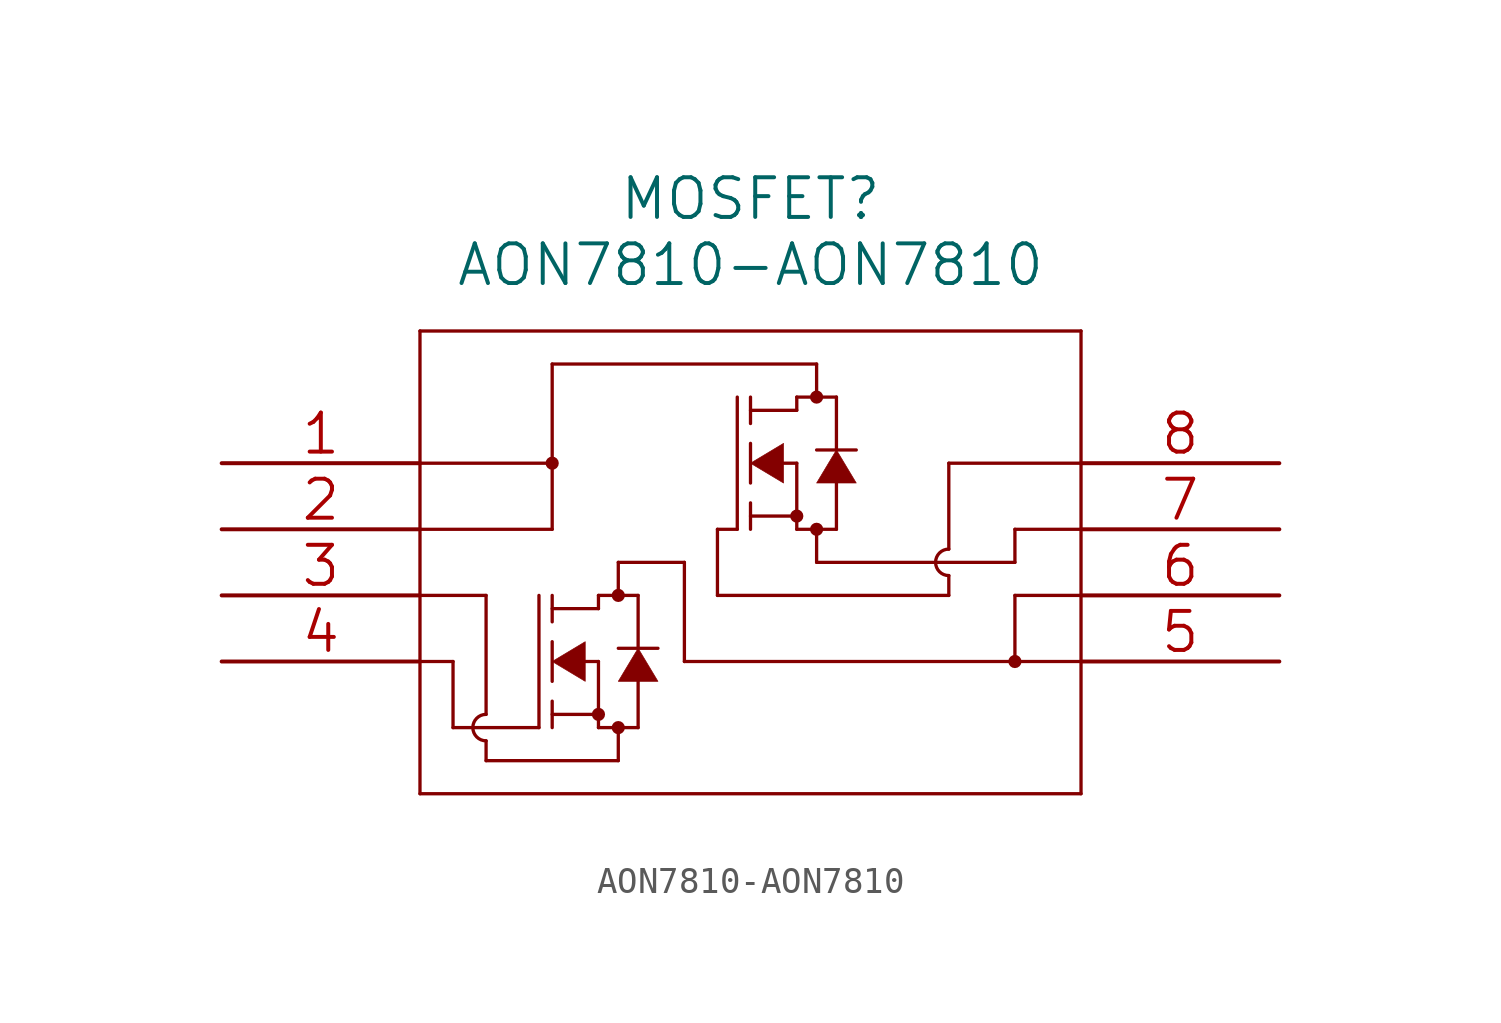
<source format=kicad_sym>
(kicad_symbol_lib
  (version 20211014)
  (generator kicad_symbol_editor)
  (symbol "AON7810-AON7810"
    (pin_names
      (offset 0.254) hide)
    (property "Reference" "MOSFET"
      (at 20.32 10.16 0)
      (effects (font (size 1.524 1.524))))
    (property "Value" "AON7810-AON7810"
      (at 20.32 7.62 0)
      (effects (font (size 1.524 1.524))))
    (symbol "AON7810-AON7810_1_1"
      (polyline (pts (xy 7.62 -12.7) (xy 33.02 -12.7)) (stroke (width 0.127) (type default) (color 0 0 0 0)) (fill (type none)))
      (polyline (pts (xy 7.62 -7.62) (xy 8.89 -7.62)) (stroke (width 0.127) (type default) (color 0 0 0 0)) (fill (type none)))
      (polyline (pts (xy 7.62 -5.08) (xy 10.16 -5.08)) (stroke (width 0.127) (type default) (color 0 0 0 0)) (fill (type none)))
      (polyline (pts (xy 7.62 -2.54) (xy 12.7 -2.54)) (stroke (width 0.127) (type default) (color 0 0 0 0)) (fill (type none)))
      (polyline (pts (xy 7.62 0) (xy 12.7 0)) (stroke (width 0.127) (type default) (color 0 0 0 0)) (fill (type none)))
      (polyline (pts (xy 7.62 5.08) (xy 7.62 -12.7)) (stroke (width 0.127) (type default) (color 0 0 0 0)) (fill (type none)))
      (polyline (pts (xy 8.89 -10.16) (xy 12.192 -10.16)) (stroke (width 0.127) (type default) (color 0 0 0 0)) (fill (type none)))
      (polyline (pts (xy 8.89 -7.62) (xy 8.89 -10.16)) (stroke (width 0.127) (type default) (color 0 0 0 0)) (fill (type none)))
      (polyline (pts (xy 10.16 -11.43) (xy 15.24 -11.43)) (stroke (width 0.127) (type default) (color 0 0 0 0)) (fill (type none)))
      (polyline (pts (xy 10.16 -10.668) (xy 10.16 -11.43)) (stroke (width 0.127) (type default) (color 0 0 0 0)) (fill (type none)))
      (polyline (pts (xy 10.16 -5.08) (xy 10.16 -9.652)) (stroke (width 0.127) (type default) (color 0 0 0 0)) (fill (type none)))
      (polyline (pts (xy 12.192 -10.16) (xy 12.192 -5.08)) (stroke (width 0.127) (type default) (color 0 0 0 0)) (fill (type none)))
      (polyline (pts (xy 12.7 -10.16) (xy 12.7 -9.144)) (stroke (width 0.127) (type default) (color 0 0 0 0)) (fill (type none)))
      (polyline (pts (xy 12.7 -9.652) (xy 14.478 -9.652)) (stroke (width 0.127) (type default) (color 0 0 0 0)) (fill (type none)))
      (polyline (pts (xy 12.7 -8.382) (xy 12.7 -6.858)) (stroke (width 0.127) (type default) (color 0 0 0 0)) (fill (type none)))
      (polyline (pts (xy 12.7 -6.096) (xy 12.7 -5.08)) (stroke (width 0.127) (type default) (color 0 0 0 0)) (fill (type none)))
      (polyline (pts (xy 12.7 -5.588) (xy 14.478 -5.588)) (stroke (width 0.127) (type default) (color 0 0 0 0)) (fill (type none)))
      (polyline (pts (xy 12.7 -2.54) (xy 12.7 3.81)) (stroke (width 0.127) (type default) (color 0 0 0 0)) (fill (type none)))
      (polyline (pts (xy 12.7 3.81) (xy 22.86 3.81)) (stroke (width 0.127) (type default) (color 0 0 0 0)) (fill (type none)))
      (polyline (pts (xy 13.97 -7.62) (xy 14.478 -7.62)) (stroke (width 0.127) (type default) (color 0 0 0 0)) (fill (type none)))
      (polyline (pts (xy 14.478 -10.16) (xy 14.478 -7.62)) (stroke (width 0.127) (type default) (color 0 0 0 0)) (fill (type none)))
      (polyline (pts (xy 14.478 -10.16) (xy 16.002 -10.16)) (stroke (width 0.127) (type default) (color 0 0 0 0)) (fill (type none)))
      (polyline (pts (xy 14.478 -5.588) (xy 14.478 -5.08)) (stroke (width 0.127) (type default) (color 0 0 0 0)) (fill (type none)))
      (polyline (pts (xy 14.478 -5.08) (xy 16.002 -5.08)) (stroke (width 0.127) (type default) (color 0 0 0 0)) (fill (type none)))
      (polyline (pts (xy 15.24 -11.43) (xy 15.24 -10.16)) (stroke (width 0.127) (type default) (color 0 0 0 0)) (fill (type none)))
      (polyline (pts (xy 15.24 -5.08) (xy 15.24 -3.81)) (stroke (width 0.127) (type default) (color 0 0 0 0)) (fill (type none)))
      (polyline (pts (xy 15.24 -3.81) (xy 17.78 -3.81)) (stroke (width 0.127) (type default) (color 0 0 0 0)) (fill (type none)))
      (polyline (pts (xy 16.002 -10.16) (xy 16.002 -8.382)) (stroke (width 0.127) (type default) (color 0 0 0 0)) (fill (type none)))
      (polyline (pts (xy 16.002 -7.112) (xy 16.002 -5.08)) (stroke (width 0.127) (type default) (color 0 0 0 0)) (fill (type none)))
      (polyline (pts (xy 16.764 -7.112) (xy 15.24 -7.112)) (stroke (width 0.127) (type default) (color 0 0 0 0)) (fill (type none)))
      (polyline (pts (xy 17.78 -7.62) (xy 33.02 -7.62)) (stroke (width 0.127) (type default) (color 0 0 0 0)) (fill (type none)))
      (polyline (pts (xy 17.78 -3.81) (xy 17.78 -7.62)) (stroke (width 0.127) (type default) (color 0 0 0 0)) (fill (type none)))
      (polyline (pts (xy 19.05 -5.08) (xy 27.94 -5.08)) (stroke (width 0.127) (type default) (color 0 0 0 0)) (fill (type none)))
      (polyline (pts (xy 19.05 -2.54) (xy 19.05 -5.08)) (stroke (width 0.127) (type default) (color 0 0 0 0)) (fill (type none)))
      (polyline (pts (xy 19.812 -2.54) (xy 19.05 -2.54)) (stroke (width 0.127) (type default) (color 0 0 0 0)) (fill (type none)))
      (polyline (pts (xy 19.812 -2.54) (xy 19.812 2.54)) (stroke (width 0.127) (type default) (color 0 0 0 0)) (fill (type none)))
      (polyline (pts (xy 20.32 -2.54) (xy 20.32 -1.524)) (stroke (width 0.127) (type default) (color 0 0 0 0)) (fill (type none)))
      (polyline (pts (xy 20.32 -2.032) (xy 22.098 -2.032)) (stroke (width 0.127) (type default) (color 0 0 0 0)) (fill (type none)))
      (polyline (pts (xy 20.32 -0.762) (xy 20.32 0.762)) (stroke (width 0.127) (type default) (color 0 0 0 0)) (fill (type none)))
      (polyline (pts (xy 20.32 1.524) (xy 20.32 2.54)) (stroke (width 0.127) (type default) (color 0 0 0 0)) (fill (type none)))
      (polyline (pts (xy 20.32 2.032) (xy 22.098 2.032)) (stroke (width 0.127) (type default) (color 0 0 0 0)) (fill (type none)))
      (polyline (pts (xy 21.59 0) (xy 22.098 0)) (stroke (width 0.127) (type default) (color 0 0 0 0)) (fill (type none)))
      (polyline (pts (xy 22.098 -2.54) (xy 22.098 0)) (stroke (width 0.127) (type default) (color 0 0 0 0)) (fill (type none)))
      (polyline (pts (xy 22.098 -2.54) (xy 23.622 -2.54)) (stroke (width 0.127) (type default) (color 0 0 0 0)) (fill (type none)))
      (polyline (pts (xy 22.098 2.032) (xy 22.098 2.54)) (stroke (width 0.127) (type default) (color 0 0 0 0)) (fill (type none)))
      (polyline (pts (xy 22.098 2.54) (xy 23.622 2.54)) (stroke (width 0.127) (type default) (color 0 0 0 0)) (fill (type none)))
      (polyline (pts (xy 22.86 -3.81) (xy 30.48 -3.81)) (stroke (width 0.127) (type default) (color 0 0 0 0)) (fill (type none)))
      (polyline (pts (xy 22.86 -2.54) (xy 22.86 -3.81)) (stroke (width 0.127) (type default) (color 0 0 0 0)) (fill (type none)))
      (polyline (pts (xy 22.86 3.81) (xy 22.86 2.54)) (stroke (width 0.127) (type default) (color 0 0 0 0)) (fill (type none)))
      (polyline (pts (xy 23.622 -2.54) (xy 23.622 -0.762)) (stroke (width 0.127) (type default) (color 0 0 0 0)) (fill (type none)))
      (polyline (pts (xy 23.622 0.508) (xy 23.622 2.54)) (stroke (width 0.127) (type default) (color 0 0 0 0)) (fill (type none)))
      (polyline (pts (xy 24.384 0.508) (xy 22.86 0.508)) (stroke (width 0.127) (type default) (color 0 0 0 0)) (fill (type none)))
      (polyline (pts (xy 27.94 -4.318) (xy 27.94 -5.08)) (stroke (width 0.127) (type default) (color 0 0 0 0)) (fill (type none)))
      (polyline (pts (xy 27.94 -3.302) (xy 27.94 0)) (stroke (width 0.127) (type default) (color 0 0 0 0)) (fill (type none)))
      (polyline (pts (xy 27.94 0) (xy 33.02 0)) (stroke (width 0.127) (type default) (color 0 0 0 0)) (fill (type none)))
      (polyline (pts (xy 30.48 -5.08) (xy 30.48 -7.62)) (stroke (width 0.127) (type default) (color 0 0 0 0)) (fill (type none)))
      (polyline (pts (xy 30.48 -3.81) (xy 30.48 -2.54)) (stroke (width 0.127) (type default) (color 0 0 0 0)) (fill (type none)))
      (polyline (pts (xy 30.48 -2.54) (xy 33.02 -2.54)) (stroke (width 0.127) (type default) (color 0 0 0 0)) (fill (type none)))
      (polyline (pts (xy 33.02 -12.7) (xy 33.02 5.08)) (stroke (width 0.127) (type default) (color 0 0 0 0)) (fill (type none)))
      (polyline (pts (xy 33.02 -5.08) (xy 30.48 -5.08)) (stroke (width 0.127) (type default) (color 0 0 0 0)) (fill (type none)))
      (polyline (pts (xy 33.02 5.08) (xy 7.62 5.08)) (stroke (width 0.127) (type default) (color 0 0 0 0)) (fill (type none)))
      (polyline (pts (xy 13.97 -6.858) (xy 12.7 -7.62) (xy 13.97 -8.382) (xy 13.97 -6.858)) (stroke (width 0.025) (type default) (color 0 0 0 0)) (fill (type outline)))
      (polyline (pts (xy 16.764 -8.382) (xy 15.24 -8.382) (xy 16.002 -7.112) (xy 16.764 -8.382)) (stroke (width 0.025) (type default) (color 0 0 0 0)) (fill (type outline)))
      (polyline (pts (xy 21.59 0.762) (xy 20.32 0) (xy 21.59 -0.762) (xy 21.59 0.762)) (stroke (width 0.025) (type default) (color 0 0 0 0)) (fill (type outline)))
      (polyline (pts (xy 24.384 -0.762) (xy 22.86 -0.762) (xy 23.622 0.508) (xy 24.384 -0.762)) (stroke (width 0.025) (type default) (color 0 0 0 0)) (fill (type outline)))
      (arc (start 10.16 -9.652) (mid 9.652 -10.16) (end 10.16 -10.668) (stroke (width 0.127) (type default) (color 0 0 0 0)) (fill (type none)))
      (circle (center 12.7 0) (radius 0.127) (stroke (width 0.254) (type default) (color 0 0 0 0)) (fill (type none)))
      (circle (center 14.478 -9.652) (radius 0.127) (stroke (width 0.254) (type default) (color 0 0 0 0)) (fill (type none)))
      (circle (center 15.24 -10.16) (radius 0.127) (stroke (width 0.254) (type default) (color 0 0 0 0)) (fill (type none)))
      (circle (center 15.24 -5.08) (radius 0.127) (stroke (width 0.254) (type default) (color 0 0 0 0)) (fill (type none)))
      (circle (center 22.098 -2.032) (radius 0.127) (stroke (width 0.254) (type default) (color 0 0 0 0)) (fill (type none)))
      (circle (center 22.86 -2.54) (radius 0.127) (stroke (width 0.254) (type default) (color 0 0 0 0)) (fill (type none)))
      (circle (center 22.86 2.54) (radius 0.127) (stroke (width 0.254) (type default) (color 0 0 0 0)) (fill (type none)))
      (arc (start 27.94 -3.302) (mid 27.432 -3.81) (end 27.94 -4.318) (stroke (width 0.127) (type default) (color 0 0 0 0)) (fill (type none)))
      (circle (center 30.48 -7.62) (radius 0.127) (stroke (width 0.254) (type default) (color 0 0 0 0)) (fill (type none)))
      (pin unspecified line (at 0 0 0) (length 7.62) (name "D1" (effects (font (size 1.499 1.499)))) (number "1" (effects (font (size 1.499 1.499)))))
      (pin unspecified line (at 0 -2.54 0) (length 7.62) (name "D1" (effects (font (size 1.499 1.499)))) (number "2" (effects (font (size 1.499 1.499)))))
      (pin unspecified line (at 0 -5.08 0) (length 7.62) (name "S2" (effects (font (size 1.499 1.499)))) (number "3" (effects (font (size 1.499 1.499)))))
      (pin unspecified line (at 0 -7.62 0) (length 7.62) (name "G2" (effects (font (size 1.499 1.499)))) (number "4" (effects (font (size 1.499 1.499)))))
      (pin unspecified line (at 40.64 -7.62 180) (length 7.62) (name "D2" (effects (font (size 1.499 1.499)))) (number "5" (effects (font (size 1.499 1.499)))))
      (pin unspecified line (at 40.64 -5.08 180) (length 7.62) (name "D2" (effects (font (size 1.499 1.499)))) (number "6" (effects (font (size 1.499 1.499)))))
      (pin unspecified line (at 40.64 -2.54 180) (length 7.62) (name "S1" (effects (font (size 1.499 1.499)))) (number "7" (effects (font (size 1.499 1.499)))))
      (pin unspecified line (at 40.64 0 180) (length 7.62) (name "G1" (effects (font (size 1.499 1.499)))) (number "8" (effects (font (size 1.499 1.499))))))))
</source>
